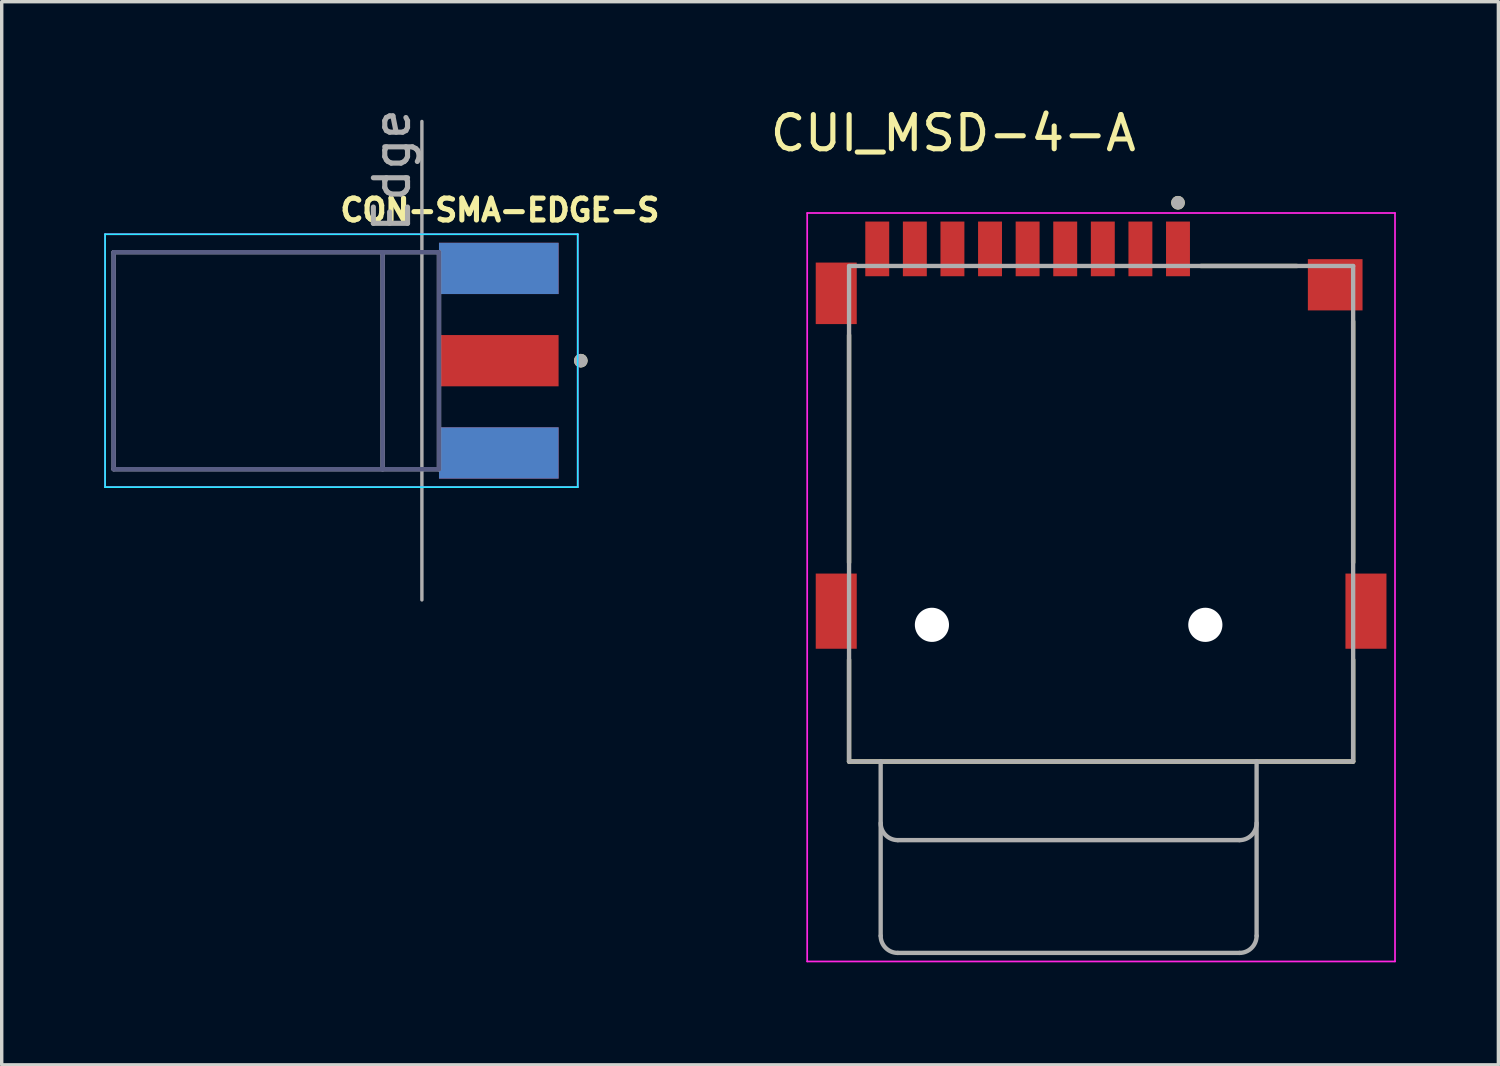
<source format=kicad_pcb>
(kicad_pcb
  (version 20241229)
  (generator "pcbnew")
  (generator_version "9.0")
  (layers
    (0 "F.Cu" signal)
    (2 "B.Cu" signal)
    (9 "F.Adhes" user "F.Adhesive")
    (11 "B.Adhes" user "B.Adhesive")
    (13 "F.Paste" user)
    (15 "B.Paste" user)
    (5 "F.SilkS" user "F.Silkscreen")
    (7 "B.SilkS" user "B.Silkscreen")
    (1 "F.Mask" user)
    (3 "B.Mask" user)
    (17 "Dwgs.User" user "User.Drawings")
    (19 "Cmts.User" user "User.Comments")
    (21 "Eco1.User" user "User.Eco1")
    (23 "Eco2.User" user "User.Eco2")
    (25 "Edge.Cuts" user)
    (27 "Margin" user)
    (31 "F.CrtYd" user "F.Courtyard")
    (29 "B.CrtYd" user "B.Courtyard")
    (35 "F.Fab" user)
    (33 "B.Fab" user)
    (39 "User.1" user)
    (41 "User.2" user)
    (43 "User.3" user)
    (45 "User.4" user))
  (footprint "CON-SMA-EDGE-S"
    (layer "F.Cu")
    (at 11.545 7.504)
    (property "Reference" "CON-SMA-EDGE-S" (at 0.032 -4.406 0) (layer "F.SilkS") (effects (font (size 0.64 0.64) (thickness 0.15))))
    (attr smd)
    (fp_circle (center 2.4 0) (end 2.5 0) (stroke (width 0.2) (type solid)) (fill no) (layer "F.SilkS"))
    (fp_line (start -11.52 -3.7) (end -11.52 3.7) (stroke (width 0.05) (type solid)) (layer "B.CrtYd"))
    (fp_line (start -11.52 3.7) (end 2.31 3.7) (stroke (width 0.05) (type solid)) (layer "B.CrtYd"))
    (fp_line (start 2.31 -3.7) (end -11.52 -3.7) (stroke (width 0.05) (type solid)) (layer "B.CrtYd"))
    (fp_line (start 2.31 3.7) (end 2.31 -3.7) (stroke (width 0.05) (type solid)) (layer "B.CrtYd"))
    (fp_line (start -11.52 -3.7) (end 2.31 -3.7) (stroke (width 0.05) (type solid)) (layer "F.CrtYd"))
    (fp_line (start -11.52 3.7) (end -11.52 -3.7) (stroke (width 0.05) (type solid)) (layer "F.CrtYd"))
    (fp_line (start 2.31 -3.7) (end 2.31 3.7) (stroke (width 0.05) (type solid)) (layer "F.CrtYd"))
    (fp_line (start 2.31 3.7) (end -11.52 3.7) (stroke (width 0.05) (type solid)) (layer "F.CrtYd"))
    (fp_line (start -11.27 -3.175) (end -3.4 -3.175) (stroke (width 0.127) (type solid)) (layer "B.Fab"))
    (fp_line (start -11.27 3.175) (end -11.27 -3.175) (stroke (width 0.127) (type solid)) (layer "B.Fab"))
    (fp_line (start -3.4 -3.175) (end -3.4 3.175) (stroke (width 0.127) (type solid)) (layer "B.Fab"))
    (fp_line (start -3.4 3.175) (end -11.27 3.175) (stroke (width 0.127) (type solid)) (layer "B.Fab"))
    (fp_line (start -3.4 3.175) (end -1.75 3.175) (stroke (width 0.127) (type solid)) (layer "B.Fab"))
    (fp_line (start -1.75 -3.175) (end -3.4 -3.175) (stroke (width 0.127) (type solid)) (layer "B.Fab"))
    (fp_line (start -1.75 3.175) (end -1.75 -3.175) (stroke (width 0.127) (type solid)) (layer "B.Fab"))
    (fp_line (start -11.27 -3.175) (end -11.27 3.175) (stroke (width 0.127) (type solid)) (layer "F.Fab"))
    (fp_line (start -11.27 3.175) (end -3.4 3.175) (stroke (width 0.127) (type solid)) (layer "F.Fab"))
    (fp_line (start -3.4 -3.175) (end -11.27 -3.175) (stroke (width 0.127) (type solid)) (layer "F.Fab"))
    (fp_line (start -3.4 -3.175) (end -1.75 -3.175) (stroke (width 0.127) (type solid)) (layer "F.Fab"))
    (fp_line (start -3.4 3.175) (end -3.4 -3.175) (stroke (width 0.127) (type solid)) (layer "F.Fab"))
    (fp_line (start -2.25 -7) (end -2.25 7) (stroke (width 0.1) (type default)) (layer "F.Fab"))
    (fp_line (start -1.75 -3.175) (end -1.75 3.175) (stroke (width 0.127) (type solid)) (layer "F.Fab"))
    (fp_line (start -1.75 3.175) (end -3.4 3.175) (stroke (width 0.127) (type solid)) (layer "F.Fab"))
    (fp_circle (center 2.4 0) (end 2.5 0) (stroke (width 0.2) (type solid)) (fill no) (layer "F.Fab"))
    (fp_text user "Edge" (at -2.54 -3.683 90) (unlocked yes) (layer "F.Fab") (effects (font (size 1 1) (thickness 0.15)) (justify left bottom)))
    (pad "1" smd rect (at 0 0) (size 3.5 1.5) (layers "F.Cu" "F.Mask" "F.Paste"))
    (pad "G1" smd rect (at 0 -2.7) (size 3.5 1.5) (layers "F.Cu" "F.Mask" "F.Paste"))
    (pad "G2" smd rect (at 0 2.7) (size 3.5 1.5) (layers "F.Cu" "F.Mask" "F.Paste"))
    (pad "G3" smd rect (at 0 -2.7) (size 3.5 1.5) (layers "B.Cu" "B.Mask" "B.Paste"))
    (pad "G4" smd rect (at 0 2.7) (size 3.5 1.5) (layers "B.Cu" "B.Mask" "B.Paste")))
  (footprint "CUI_MSD-4-A"
    (layer "F.Cu")
    (at 29.169 11.983)
    (property "Reference" "CUI_MSD-4-A" (at -4.325 -11.135 0) (layer "F.SilkS") (effects (font (size 1 1) (thickness 0.15))))
    (attr smd)
    (fp_line (start -7.375 -5.23) (end -7.375 1.43) (stroke (width 0.127) (type solid)) (layer "F.SilkS"))
    (fp_line (start -7.375 4.27) (end -7.375 7.25) (stroke (width 0.127) (type solid)) (layer "F.SilkS"))
    (fp_line (start -7.375 7.25) (end 7.375 7.25) (stroke (width 0.127) (type solid)) (layer "F.SilkS"))
    (fp_line (start 5.73 -7.25) (end 2.92 -7.25) (stroke (width 0.127) (type solid)) (layer "F.SilkS"))
    (fp_line (start 7.375 -5.63) (end 7.375 1.43) (stroke (width 0.127) (type solid)) (layer "F.SilkS"))
    (fp_line (start 7.375 4.27) (end 7.375 7.25) (stroke (width 0.127) (type solid)) (layer "F.SilkS"))
    (fp_circle (center 2.25 -9.1) (end 2.35 -9.1) (stroke (width 0.2) (type solid)) (fill no) (layer "F.SilkS"))
    (fp_line (start -8.6 -8.8) (end 8.6 -8.8) (stroke (width 0.05) (type solid)) (layer "F.CrtYd"))
    (fp_line (start -8.6 13.1) (end -8.6 -8.8) (stroke (width 0.05) (type solid)) (layer "F.CrtYd"))
    (fp_line (start 8.6 -8.8) (end 8.6 13.1) (stroke (width 0.05) (type solid)) (layer "F.CrtYd"))
    (fp_line (start 8.6 13.1) (end -8.6 13.1) (stroke (width 0.05) (type solid)) (layer "F.CrtYd"))
    (fp_line (start -7.375 -7.25) (end -7.375 7.25) (stroke (width 0.127) (type solid)) (layer "F.Fab"))
    (fp_line (start -7.375 7.25) (end -6.45 7.25) (stroke (width 0.127) (type solid)) (layer "F.Fab"))
    (fp_line (start -6.45 7.25) (end -6.45 12.35) (stroke (width 0.127) (type solid)) (layer "F.Fab"))
    (fp_line (start -6.45 7.25) (end 4.55 7.25) (stroke (width 0.127) (type solid)) (layer "F.Fab"))
    (fp_line (start -5.95 9.55) (end 4.05 9.55) (stroke (width 0.127) (type solid)) (layer "F.Fab"))
    (fp_line (start -5.95 12.85) (end 4.05 12.85) (stroke (width 0.127) (type solid)) (layer "F.Fab"))
    (fp_line (start 4.55 7.25) (end 7.375 7.25) (stroke (width 0.127) (type solid)) (layer "F.Fab"))
    (fp_line (start 4.55 12.35) (end 4.55 7.25) (stroke (width 0.127) (type solid)) (layer "F.Fab"))
    (fp_line (start 7.375 -7.25) (end -7.375 -7.25) (stroke (width 0.127) (type solid)) (layer "F.Fab"))
    (fp_line (start 7.375 7.25) (end 7.375 -7.25) (stroke (width 0.127) (type solid)) (layer "F.Fab"))
    (fp_arc (start -5.95 9.55) (mid -6.303553 9.403553) (end -6.45 9.05) (stroke (width 0.127) (type solid)) (layer "F.Fab"))
    (fp_arc (start -5.95 12.85) (mid -6.303553 12.703553) (end -6.45 12.35) (stroke (width 0.127) (type solid)) (layer "F.Fab"))
    (fp_arc (start 4.55 9.05) (mid 4.403553 9.403553) (end 4.05 9.55) (stroke (width 0.127) (type solid)) (layer "F.Fab"))
    (fp_arc (start 4.55 12.35) (mid 4.403553 12.703553) (end 4.05 12.85) (stroke (width 0.127) (type solid)) (layer "F.Fab"))
    (fp_circle (center 2.25 -9.1) (end 2.35 -9.1) (stroke (width 0.2) (type solid)) (fill no) (layer "F.Fab"))
    (pad "" np_thru_hole circle (at -4.95 3.25) (size 1 1) (drill 1) (layers "*.Cu" "*.Mask"))
    (pad "" np_thru_hole circle (at 3.05 3.25) (size 1 1) (drill 1) (layers "*.Cu" "*.Mask"))
    (pad "1" smd rect (at 2.25 -7.75) (size 0.7 1.6) (layers "F.Cu" "F.Mask" "F.Paste"))
    (pad "2" smd rect (at 1.15 -7.75) (size 0.7 1.6) (layers "F.Cu" "F.Mask" "F.Paste"))
    (pad "3" smd rect (at 0.05 -7.75) (size 0.7 1.6) (layers "F.Cu" "F.Mask" "F.Paste"))
    (pad "4" smd rect (at -1.05 -7.75) (size 0.7 1.6) (layers "F.Cu" "F.Mask" "F.Paste"))
    (pad "5" smd rect (at -2.15 -7.75) (size 0.7 1.6) (layers "F.Cu" "F.Mask" "F.Paste"))
    (pad "6" smd rect (at -3.25 -7.75) (size 0.7 1.6) (layers "F.Cu" "F.Mask" "F.Paste"))
    (pad "7" smd rect (at -4.35 -7.75) (size 0.7 1.6) (layers "F.Cu" "F.Mask" "F.Paste"))
    (pad "8" smd rect (at -5.45 -7.75) (size 0.7 1.6) (layers "F.Cu" "F.Mask" "F.Paste"))
    (pad "9" smd rect (at -6.55 -7.75) (size 0.7 1.6) (layers "F.Cu" "F.Mask" "F.Paste"))
    (pad "10" smd rect (at -7.75 -6.45) (size 1.2 1.8) (layers "F.Cu" "F.Mask" "F.Paste"))
    (pad "10" smd rect (at -7.75 2.85) (size 1.2 2.2) (layers "F.Cu" "F.Mask" "F.Paste"))
    (pad "10" smd rect (at 6.85 -6.7) (size 1.6 1.5) (layers "F.Cu" "F.Mask" "F.Paste"))
    (pad "10" smd rect (at 7.75 2.85) (size 1.2 2.2) (layers "F.Cu" "F.Mask" "F.Paste")))
  (gr_rect
    (start -3 -3)
    (end 40.794 28.108)
    (stroke (width 0.1) (type default))
    (fill no)
    (layer "Edge.Cuts")))
</source>
